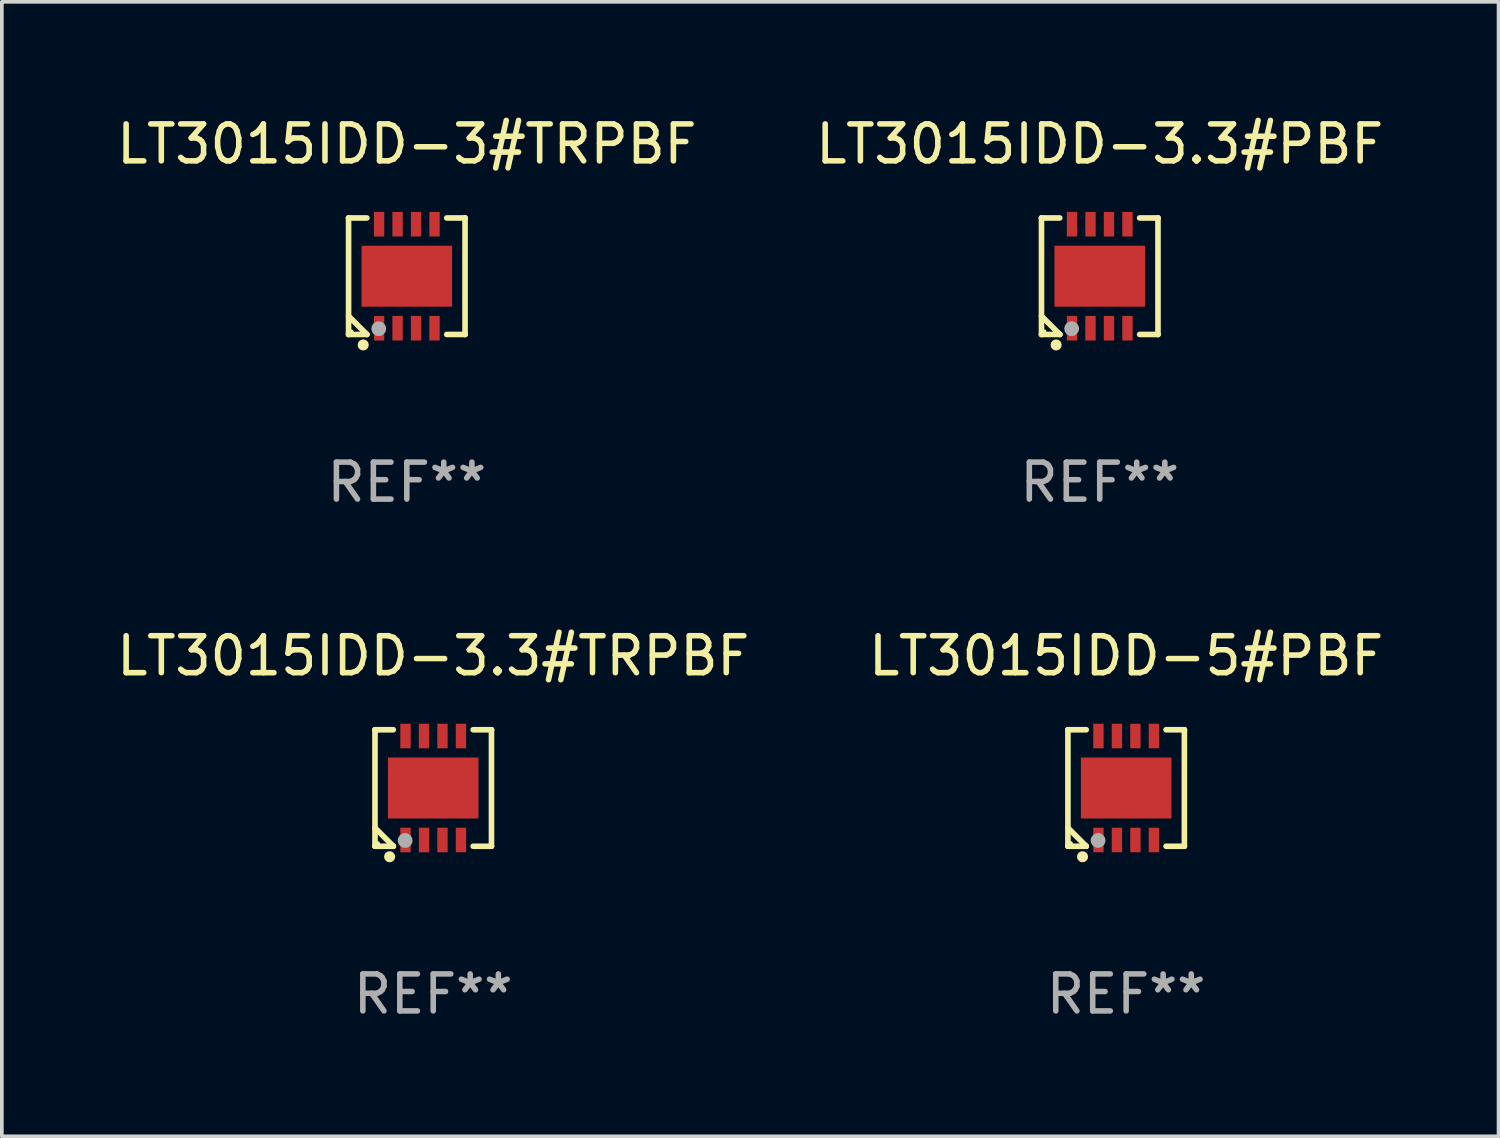
<source format=kicad_pcb>
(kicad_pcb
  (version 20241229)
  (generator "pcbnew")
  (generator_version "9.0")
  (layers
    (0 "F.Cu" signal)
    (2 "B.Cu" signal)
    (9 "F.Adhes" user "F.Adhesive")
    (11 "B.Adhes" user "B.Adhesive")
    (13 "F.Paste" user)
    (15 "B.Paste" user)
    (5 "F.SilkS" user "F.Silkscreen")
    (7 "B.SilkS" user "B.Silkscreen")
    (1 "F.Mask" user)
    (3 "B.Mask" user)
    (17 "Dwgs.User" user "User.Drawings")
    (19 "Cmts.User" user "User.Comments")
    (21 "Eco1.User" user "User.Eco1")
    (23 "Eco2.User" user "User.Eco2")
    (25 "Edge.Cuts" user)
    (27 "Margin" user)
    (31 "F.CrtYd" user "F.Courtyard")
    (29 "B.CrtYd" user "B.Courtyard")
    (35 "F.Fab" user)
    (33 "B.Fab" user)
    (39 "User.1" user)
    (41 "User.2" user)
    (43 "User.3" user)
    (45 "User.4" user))
  (footprint "LT3015IDD-3.3#TRPBF"
    (layer "F.Cu")
    (at 8.673 18.273)
    (property "Reference" "LT3015IDD-3.3#TRPBF" (at 0 -3.576 0) (layer "F.SilkS") (effects (font (size 1 1) (thickness 0.15))))
    (attr through_hole)
    (fp_line (start -1.576 -1.576) (end -1.576 -1.576) (stroke (width 0.152) (type solid)) (layer "F.SilkS"))
    (fp_line (start -1.576 -1.576) (end -1.08 -1.576) (stroke (width 0.152) (type solid)) (layer "F.SilkS"))
    (fp_line (start -1.576 1.576) (end -1.576 -1.576) (stroke (width 0.152) (type solid)) (layer "F.SilkS"))
    (fp_line (start -1.576 1.576) (end -1.576 1.576) (stroke (width 0.152) (type solid)) (layer "F.SilkS"))
    (fp_line (start -1.08 1.575) (end -1.576 1.079) (stroke (width 0.152) (type solid)) (layer "F.SilkS"))
    (fp_line (start -1.08 1.576) (end -1.576 1.576) (stroke (width 0.152) (type solid)) (layer "F.SilkS"))
    (fp_line (start -1.08 1.576) (end -1.08 1.575) (stroke (width 0.152) (type solid)) (layer "F.SilkS"))
    (fp_line (start 1.08 1.576) (end 1.576 1.576) (stroke (width 0.152) (type solid)) (layer "F.SilkS"))
    (fp_line (start 1.576 -1.576) (end 1.08 -1.576) (stroke (width 0.152) (type solid)) (layer "F.SilkS"))
    (fp_line (start 1.576 -1.576) (end 1.576 -1.576) (stroke (width 0.152) (type solid)) (layer "F.SilkS"))
    (fp_line (start 1.576 1.576) (end 1.576 -1.576) (stroke (width 0.152) (type solid)) (layer "F.SilkS"))
    (fp_line (start 1.576 1.576) (end 1.576 1.576) (stroke (width 0.152) (type solid)) (layer "F.SilkS"))
    (fp_circle (center -1.5 1.5) (end -1.47 1.5) (stroke (width 0.06) (type solid)) (fill no) (layer "F.SilkS"))
    (fp_circle (center -1.18 1.86) (end -1.105 1.86) (stroke (width 0.15) (type solid)) (fill no) (layer "F.SilkS"))
    (fp_circle (center -0.76 1.42) (end -0.66 1.42) (stroke (width 0.2) (type solid)) (fill no) (layer "F.Fab"))
    (fp_text user "REF**" (at 0 5.576 0) (layer "F.Fab") (effects (font (size 1 1) (thickness 0.15))))
    (pad "1" smd rect (at -0.75 1.407) (size 0.28 0.665) (layers "F.Cu" "F.Mask" "F.Paste"))
    (pad "2" smd rect (at -0.25 1.407) (size 0.28 0.665) (layers "F.Cu" "F.Mask" "F.Paste"))
    (pad "3" smd rect (at 0.25 1.407) (size 0.28 0.665) (layers "F.Cu" "F.Mask" "F.Paste"))
    (pad "4" smd rect (at 0.75 1.407) (size 0.28 0.665) (layers "F.Cu" "F.Mask" "F.Paste"))
    (pad "5" smd rect (at 0.75 -1.407) (size 0.28 0.665) (layers "F.Cu" "F.Mask" "F.Paste"))
    (pad "6" smd rect (at 0.25 -1.407) (size 0.28 0.665) (layers "F.Cu" "F.Mask" "F.Paste"))
    (pad "7" smd rect (at -0.25 -1.407) (size 0.28 0.665) (layers "F.Cu" "F.Mask" "F.Paste"))
    (pad "8" smd rect (at -0.75 -1.407) (size 0.28 0.665) (layers "F.Cu" "F.Mask" "F.Paste"))
    (pad "9" smd rect (at 0 0) (size 2.45 1.65) (layers "F.Cu" "F.Mask" "F.Paste")))
  (footprint "LT3015IDD-5#PBF"
    (layer "F.Cu")
    (at 27.423 18.273)
    (property "Reference" "LT3015IDD-5#PBF" (at 0 -3.576 0) (layer "F.SilkS") (effects (font (size 1 1) (thickness 0.15))))
    (attr through_hole)
    (fp_line (start -1.576 -1.576) (end -1.576 -1.576) (stroke (width 0.152) (type solid)) (layer "F.SilkS"))
    (fp_line (start -1.576 -1.576) (end -1.08 -1.576) (stroke (width 0.152) (type solid)) (layer "F.SilkS"))
    (fp_line (start -1.576 1.576) (end -1.576 -1.576) (stroke (width 0.152) (type solid)) (layer "F.SilkS"))
    (fp_line (start -1.576 1.576) (end -1.576 1.576) (stroke (width 0.152) (type solid)) (layer "F.SilkS"))
    (fp_line (start -1.08 1.575) (end -1.576 1.079) (stroke (width 0.152) (type solid)) (layer "F.SilkS"))
    (fp_line (start -1.08 1.576) (end -1.576 1.576) (stroke (width 0.152) (type solid)) (layer "F.SilkS"))
    (fp_line (start -1.08 1.576) (end -1.08 1.575) (stroke (width 0.152) (type solid)) (layer "F.SilkS"))
    (fp_line (start 1.08 1.576) (end 1.576 1.576) (stroke (width 0.152) (type solid)) (layer "F.SilkS"))
    (fp_line (start 1.576 -1.576) (end 1.08 -1.576) (stroke (width 0.152) (type solid)) (layer "F.SilkS"))
    (fp_line (start 1.576 -1.576) (end 1.576 -1.576) (stroke (width 0.152) (type solid)) (layer "F.SilkS"))
    (fp_line (start 1.576 1.576) (end 1.576 -1.576) (stroke (width 0.152) (type solid)) (layer "F.SilkS"))
    (fp_line (start 1.576 1.576) (end 1.576 1.576) (stroke (width 0.152) (type solid)) (layer "F.SilkS"))
    (fp_circle (center -1.5 1.5) (end -1.47 1.5) (stroke (width 0.06) (type solid)) (fill no) (layer "F.SilkS"))
    (fp_circle (center -1.18 1.86) (end -1.105 1.86) (stroke (width 0.15) (type solid)) (fill no) (layer "F.SilkS"))
    (fp_circle (center -0.76 1.42) (end -0.66 1.42) (stroke (width 0.2) (type solid)) (fill no) (layer "F.Fab"))
    (fp_text user "REF**" (at 0 5.576 0) (layer "F.Fab") (effects (font (size 1 1) (thickness 0.15))))
    (pad "1" smd rect (at -0.75 1.407) (size 0.28 0.665) (layers "F.Cu" "F.Mask" "F.Paste"))
    (pad "2" smd rect (at -0.25 1.407) (size 0.28 0.665) (layers "F.Cu" "F.Mask" "F.Paste"))
    (pad "3" smd rect (at 0.25 1.407) (size 0.28 0.665) (layers "F.Cu" "F.Mask" "F.Paste"))
    (pad "4" smd rect (at 0.75 1.407) (size 0.28 0.665) (layers "F.Cu" "F.Mask" "F.Paste"))
    (pad "5" smd rect (at 0.75 -1.407) (size 0.28 0.665) (layers "F.Cu" "F.Mask" "F.Paste"))
    (pad "6" smd rect (at 0.25 -1.407) (size 0.28 0.665) (layers "F.Cu" "F.Mask" "F.Paste"))
    (pad "7" smd rect (at -0.25 -1.407) (size 0.28 0.665) (layers "F.Cu" "F.Mask" "F.Paste"))
    (pad "8" smd rect (at -0.75 -1.407) (size 0.28 0.665) (layers "F.Cu" "F.Mask" "F.Paste"))
    (pad "9" smd rect (at 0 0) (size 2.45 1.65) (layers "F.Cu" "F.Mask" "F.Paste")))
  (footprint "LT3015IDD-3.3#PBF"
    (layer "F.Cu")
    (at 26.708 4.424)
    (property "Reference" "LT3015IDD-3.3#PBF" (at 0 -3.576 0) (layer "F.SilkS") (effects (font (size 1 1) (thickness 0.15))))
    (attr through_hole)
    (fp_line (start -1.576 -1.576) (end -1.576 -1.576) (stroke (width 0.152) (type solid)) (layer "F.SilkS"))
    (fp_line (start -1.576 -1.576) (end -1.08 -1.576) (stroke (width 0.152) (type solid)) (layer "F.SilkS"))
    (fp_line (start -1.576 1.576) (end -1.576 -1.576) (stroke (width 0.152) (type solid)) (layer "F.SilkS"))
    (fp_line (start -1.576 1.576) (end -1.576 1.576) (stroke (width 0.152) (type solid)) (layer "F.SilkS"))
    (fp_line (start -1.08 1.575) (end -1.576 1.079) (stroke (width 0.152) (type solid)) (layer "F.SilkS"))
    (fp_line (start -1.08 1.576) (end -1.576 1.576) (stroke (width 0.152) (type solid)) (layer "F.SilkS"))
    (fp_line (start -1.08 1.576) (end -1.08 1.575) (stroke (width 0.152) (type solid)) (layer "F.SilkS"))
    (fp_line (start 1.08 1.576) (end 1.576 1.576) (stroke (width 0.152) (type solid)) (layer "F.SilkS"))
    (fp_line (start 1.576 -1.576) (end 1.08 -1.576) (stroke (width 0.152) (type solid)) (layer "F.SilkS"))
    (fp_line (start 1.576 -1.576) (end 1.576 -1.576) (stroke (width 0.152) (type solid)) (layer "F.SilkS"))
    (fp_line (start 1.576 1.576) (end 1.576 -1.576) (stroke (width 0.152) (type solid)) (layer "F.SilkS"))
    (fp_line (start 1.576 1.576) (end 1.576 1.576) (stroke (width 0.152) (type solid)) (layer "F.SilkS"))
    (fp_circle (center -1.5 1.5) (end -1.47 1.5) (stroke (width 0.06) (type solid)) (fill no) (layer "F.SilkS"))
    (fp_circle (center -1.18 1.86) (end -1.105 1.86) (stroke (width 0.15) (type solid)) (fill no) (layer "F.SilkS"))
    (fp_circle (center -0.76 1.42) (end -0.66 1.42) (stroke (width 0.2) (type solid)) (fill no) (layer "F.Fab"))
    (fp_text user "REF**" (at 0 5.576 0) (layer "F.Fab") (effects (font (size 1 1) (thickness 0.15))))
    (pad "1" smd rect (at -0.75 1.407) (size 0.28 0.665) (layers "F.Cu" "F.Mask" "F.Paste"))
    (pad "2" smd rect (at -0.25 1.407) (size 0.28 0.665) (layers "F.Cu" "F.Mask" "F.Paste"))
    (pad "3" smd rect (at 0.25 1.407) (size 0.28 0.665) (layers "F.Cu" "F.Mask" "F.Paste"))
    (pad "4" smd rect (at 0.75 1.407) (size 0.28 0.665) (layers "F.Cu" "F.Mask" "F.Paste"))
    (pad "5" smd rect (at 0.75 -1.407) (size 0.28 0.665) (layers "F.Cu" "F.Mask" "F.Paste"))
    (pad "6" smd rect (at 0.25 -1.407) (size 0.28 0.665) (layers "F.Cu" "F.Mask" "F.Paste"))
    (pad "7" smd rect (at -0.25 -1.407) (size 0.28 0.665) (layers "F.Cu" "F.Mask" "F.Paste"))
    (pad "8" smd rect (at -0.75 -1.407) (size 0.28 0.665) (layers "F.Cu" "F.Mask" "F.Paste"))
    (pad "9" smd rect (at 0 0) (size 2.45 1.65) (layers "F.Cu" "F.Mask" "F.Paste")))
  (footprint "LT3015IDD-3#TRPBF"
    (layer "F.Cu")
    (at 7.958 4.424)
    (property "Reference" "LT3015IDD-3#TRPBF" (at 0 -3.576 0) (layer "F.SilkS") (effects (font (size 1 1) (thickness 0.15))))
    (attr through_hole)
    (fp_line (start -1.576 -1.576) (end -1.576 -1.576) (stroke (width 0.152) (type solid)) (layer "F.SilkS"))
    (fp_line (start -1.576 -1.576) (end -1.08 -1.576) (stroke (width 0.152) (type solid)) (layer "F.SilkS"))
    (fp_line (start -1.576 1.576) (end -1.576 -1.576) (stroke (width 0.152) (type solid)) (layer "F.SilkS"))
    (fp_line (start -1.576 1.576) (end -1.576 1.576) (stroke (width 0.152) (type solid)) (layer "F.SilkS"))
    (fp_line (start -1.08 1.575) (end -1.576 1.079) (stroke (width 0.152) (type solid)) (layer "F.SilkS"))
    (fp_line (start -1.08 1.576) (end -1.576 1.576) (stroke (width 0.152) (type solid)) (layer "F.SilkS"))
    (fp_line (start -1.08 1.576) (end -1.08 1.575) (stroke (width 0.152) (type solid)) (layer "F.SilkS"))
    (fp_line (start 1.08 1.576) (end 1.576 1.576) (stroke (width 0.152) (type solid)) (layer "F.SilkS"))
    (fp_line (start 1.576 -1.576) (end 1.08 -1.576) (stroke (width 0.152) (type solid)) (layer "F.SilkS"))
    (fp_line (start 1.576 -1.576) (end 1.576 -1.576) (stroke (width 0.152) (type solid)) (layer "F.SilkS"))
    (fp_line (start 1.576 1.576) (end 1.576 -1.576) (stroke (width 0.152) (type solid)) (layer "F.SilkS"))
    (fp_line (start 1.576 1.576) (end 1.576 1.576) (stroke (width 0.152) (type solid)) (layer "F.SilkS"))
    (fp_circle (center -1.5 1.5) (end -1.47 1.5) (stroke (width 0.06) (type solid)) (fill no) (layer "F.SilkS"))
    (fp_circle (center -1.18 1.86) (end -1.105 1.86) (stroke (width 0.15) (type solid)) (fill no) (layer "F.SilkS"))
    (fp_circle (center -0.76 1.42) (end -0.66 1.42) (stroke (width 0.2) (type solid)) (fill no) (layer "F.Fab"))
    (fp_text user "REF**" (at 0 5.576 0) (layer "F.Fab") (effects (font (size 1 1) (thickness 0.15))))
    (pad "1" smd rect (at -0.75 1.407) (size 0.28 0.665) (layers "F.Cu" "F.Mask" "F.Paste"))
    (pad "2" smd rect (at -0.25 1.407) (size 0.28 0.665) (layers "F.Cu" "F.Mask" "F.Paste"))
    (pad "3" smd rect (at 0.25 1.407) (size 0.28 0.665) (layers "F.Cu" "F.Mask" "F.Paste"))
    (pad "4" smd rect (at 0.75 1.407) (size 0.28 0.665) (layers "F.Cu" "F.Mask" "F.Paste"))
    (pad "5" smd rect (at 0.75 -1.407) (size 0.28 0.665) (layers "F.Cu" "F.Mask" "F.Paste"))
    (pad "6" smd rect (at 0.25 -1.407) (size 0.28 0.665) (layers "F.Cu" "F.Mask" "F.Paste"))
    (pad "7" smd rect (at -0.25 -1.407) (size 0.28 0.665) (layers "F.Cu" "F.Mask" "F.Paste"))
    (pad "8" smd rect (at -0.75 -1.407) (size 0.28 0.665) (layers "F.Cu" "F.Mask" "F.Paste"))
    (pad "9" smd rect (at 0 0) (size 2.45 1.65) (layers "F.Cu" "F.Mask" "F.Paste")))
  (gr_rect
    (start -3 -3)
    (end 37.5 27.698)
    (stroke (width 0.1) (type default))
    (fill no)
    (layer "Edge.Cuts")))
</source>
